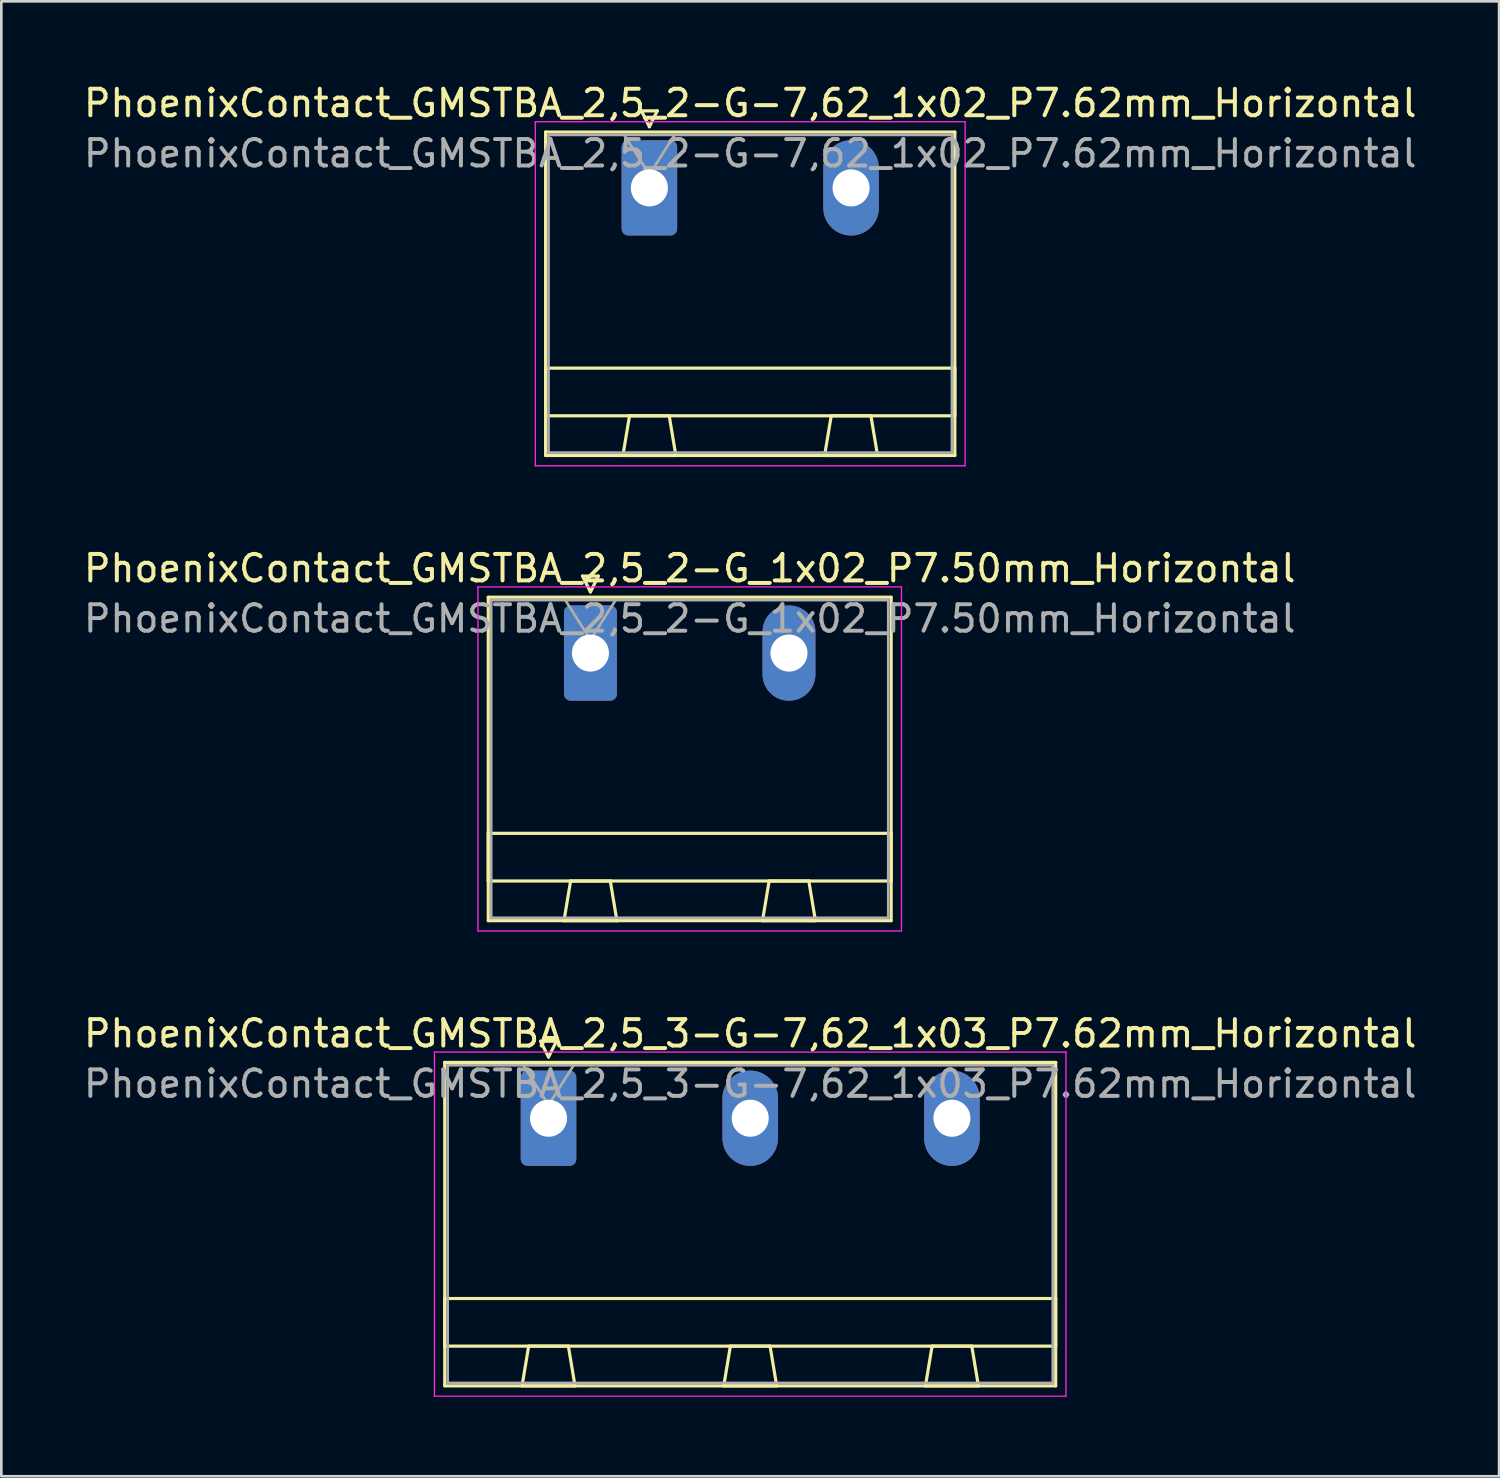
<source format=kicad_pcb>
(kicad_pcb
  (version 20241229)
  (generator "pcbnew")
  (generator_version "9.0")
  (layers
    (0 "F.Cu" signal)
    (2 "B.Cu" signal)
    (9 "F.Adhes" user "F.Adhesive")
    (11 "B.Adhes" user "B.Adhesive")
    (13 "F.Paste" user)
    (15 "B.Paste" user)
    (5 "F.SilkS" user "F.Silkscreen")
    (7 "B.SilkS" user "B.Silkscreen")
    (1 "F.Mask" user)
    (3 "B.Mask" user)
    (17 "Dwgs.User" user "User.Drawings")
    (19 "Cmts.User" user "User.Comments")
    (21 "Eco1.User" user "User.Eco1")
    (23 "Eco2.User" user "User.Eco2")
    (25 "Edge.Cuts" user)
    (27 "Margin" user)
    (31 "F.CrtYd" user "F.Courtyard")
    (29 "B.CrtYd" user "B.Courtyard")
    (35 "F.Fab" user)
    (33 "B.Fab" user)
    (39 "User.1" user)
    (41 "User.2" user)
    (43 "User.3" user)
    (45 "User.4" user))
  (footprint "PhoenixContact_GMSTBA_2,5_2-G-7,62_1x02_P7.62mm_Horizontal"
    (layer "F.Cu")
    (at 21.482 4.048)
    (property "Reference" "PhoenixContact_GMSTBA_2,5_2-G-7,62_1x02_P7.62mm_Horizontal" (at 3.81 -3.2 0) (layer "F.SilkS") (effects (font (size 1 1) (thickness 0.15))))
    (attr through_hole)
    (fp_line (start -3.92 -2.11) (end -3.92 10.11) (stroke (width 0.12) (type solid)) (layer "F.SilkS"))
    (fp_line (start -3.92 6.81) (end 11.54 6.81) (stroke (width 0.12) (type solid)) (layer "F.SilkS"))
    (fp_line (start -3.92 8.61) (end -3.92 6.81) (stroke (width 0.12) (type solid)) (layer "F.SilkS"))
    (fp_line (start -3.92 10.11) (end 11.54 10.11) (stroke (width 0.12) (type solid)) (layer "F.SilkS"))
    (fp_line (start -1 10.11) (end 1 10.11) (stroke (width 0.12) (type solid)) (layer "F.SilkS"))
    (fp_line (start -0.75 8.61) (end -1 10.11) (stroke (width 0.12) (type solid)) (layer "F.SilkS"))
    (fp_line (start -0.3 -2.91) (end 0.3 -2.91) (stroke (width 0.12) (type solid)) (layer "F.SilkS"))
    (fp_line (start 0 -2.31) (end -0.3 -2.91) (stroke (width 0.12) (type solid)) (layer "F.SilkS"))
    (fp_line (start 0.3 -2.91) (end 0 -2.31) (stroke (width 0.12) (type solid)) (layer "F.SilkS"))
    (fp_line (start 0.75 8.61) (end -0.75 8.61) (stroke (width 0.12) (type solid)) (layer "F.SilkS"))
    (fp_line (start 1 10.11) (end 0.75 8.61) (stroke (width 0.12) (type solid)) (layer "F.SilkS"))
    (fp_line (start 6.62 10.11) (end 8.62 10.11) (stroke (width 0.12) (type solid)) (layer "F.SilkS"))
    (fp_line (start 6.87 8.61) (end 6.62 10.11) (stroke (width 0.12) (type solid)) (layer "F.SilkS"))
    (fp_line (start 8.37 8.61) (end 6.87 8.61) (stroke (width 0.12) (type solid)) (layer "F.SilkS"))
    (fp_line (start 8.62 10.11) (end 8.37 8.61) (stroke (width 0.12) (type solid)) (layer "F.SilkS"))
    (fp_line (start 11.54 -2.11) (end -3.92 -2.11) (stroke (width 0.12) (type solid)) (layer "F.SilkS"))
    (fp_line (start 11.54 6.81) (end 11.54 8.61) (stroke (width 0.12) (type solid)) (layer "F.SilkS"))
    (fp_line (start 11.54 8.61) (end -3.92 8.61) (stroke (width 0.12) (type solid)) (layer "F.SilkS"))
    (fp_line (start 11.54 10.11) (end 11.54 -2.11) (stroke (width 0.12) (type solid)) (layer "F.SilkS"))
    (fp_line (start -4.31 -2.5) (end -4.31 10.5) (stroke (width 0.05) (type solid)) (layer "F.CrtYd"))
    (fp_line (start -4.31 10.5) (end 11.93 10.5) (stroke (width 0.05) (type solid)) (layer "F.CrtYd"))
    (fp_line (start 11.93 -2.5) (end -4.31 -2.5) (stroke (width 0.05) (type solid)) (layer "F.CrtYd"))
    (fp_line (start 11.93 10.5) (end 11.93 -2.5) (stroke (width 0.05) (type solid)) (layer "F.CrtYd"))
    (fp_line (start -3.81 -2) (end -3.81 10) (stroke (width 0.1) (type solid)) (layer "F.Fab"))
    (fp_line (start -3.81 10) (end 11.43 10) (stroke (width 0.1) (type solid)) (layer "F.Fab"))
    (fp_line (start 0 -0.5) (end -0.95 -2) (stroke (width 0.1) (type solid)) (layer "F.Fab"))
    (fp_line (start 0.95 -2) (end 0 -0.5) (stroke (width 0.1) (type solid)) (layer "F.Fab"))
    (fp_line (start 11.43 -2) (end -3.81 -2) (stroke (width 0.1) (type solid)) (layer "F.Fab"))
    (fp_line (start 11.43 10) (end 11.43 -2) (stroke (width 0.1) (type solid)) (layer "F.Fab"))
    (fp_text user "${REFERENCE}" (at 3.81 -1.3 0) (layer "F.Fab") (effects (font (size 1 1) (thickness 0.15))))
    (pad "1" thru_hole roundrect (at 0 0) (size 2.1 3.6) (drill 1.4) (layers "*.Cu" "*.Mask") (roundrect_rratio 0.119))
    (pad "2" thru_hole oval (at 7.62 0) (size 2.1 3.6) (drill 1.4) (layers "*.Cu" "*.Mask")))
  (footprint "PhoenixContact_GMSTBA_2,5_3-G-7,62_1x03_P7.62mm_Horizontal"
    (layer "F.Cu")
    (at 17.672 39.195)
    (property "Reference" "PhoenixContact_GMSTBA_2,5_3-G-7,62_1x03_P7.62mm_Horizontal" (at 7.62 -3.2 0) (layer "F.SilkS") (effects (font (size 1 1) (thickness 0.15))))
    (attr through_hole)
    (fp_line (start -3.92 -2.11) (end -3.92 10.11) (stroke (width 0.12) (type solid)) (layer "F.SilkS"))
    (fp_line (start -3.92 6.81) (end 19.16 6.81) (stroke (width 0.12) (type solid)) (layer "F.SilkS"))
    (fp_line (start -3.92 8.61) (end -3.92 6.81) (stroke (width 0.12) (type solid)) (layer "F.SilkS"))
    (fp_line (start -3.92 10.11) (end 19.16 10.11) (stroke (width 0.12) (type solid)) (layer "F.SilkS"))
    (fp_line (start -1 10.11) (end 1 10.11) (stroke (width 0.12) (type solid)) (layer "F.SilkS"))
    (fp_line (start -0.75 8.61) (end -1 10.11) (stroke (width 0.12) (type solid)) (layer "F.SilkS"))
    (fp_line (start -0.3 -2.91) (end 0.3 -2.91) (stroke (width 0.12) (type solid)) (layer "F.SilkS"))
    (fp_line (start 0 -2.31) (end -0.3 -2.91) (stroke (width 0.12) (type solid)) (layer "F.SilkS"))
    (fp_line (start 0.3 -2.91) (end 0 -2.31) (stroke (width 0.12) (type solid)) (layer "F.SilkS"))
    (fp_line (start 0.75 8.61) (end -0.75 8.61) (stroke (width 0.12) (type solid)) (layer "F.SilkS"))
    (fp_line (start 1 10.11) (end 0.75 8.61) (stroke (width 0.12) (type solid)) (layer "F.SilkS"))
    (fp_line (start 6.62 10.11) (end 8.62 10.11) (stroke (width 0.12) (type solid)) (layer "F.SilkS"))
    (fp_line (start 6.87 8.61) (end 6.62 10.11) (stroke (width 0.12) (type solid)) (layer "F.SilkS"))
    (fp_line (start 8.37 8.61) (end 6.87 8.61) (stroke (width 0.12) (type solid)) (layer "F.SilkS"))
    (fp_line (start 8.62 10.11) (end 8.37 8.61) (stroke (width 0.12) (type solid)) (layer "F.SilkS"))
    (fp_line (start 14.24 10.11) (end 16.24 10.11) (stroke (width 0.12) (type solid)) (layer "F.SilkS"))
    (fp_line (start 14.49 8.61) (end 14.24 10.11) (stroke (width 0.12) (type solid)) (layer "F.SilkS"))
    (fp_line (start 15.99 8.61) (end 14.49 8.61) (stroke (width 0.12) (type solid)) (layer "F.SilkS"))
    (fp_line (start 16.24 10.11) (end 15.99 8.61) (stroke (width 0.12) (type solid)) (layer "F.SilkS"))
    (fp_line (start 19.16 -2.11) (end -3.92 -2.11) (stroke (width 0.12) (type solid)) (layer "F.SilkS"))
    (fp_line (start 19.16 6.81) (end 19.16 8.61) (stroke (width 0.12) (type solid)) (layer "F.SilkS"))
    (fp_line (start 19.16 8.61) (end -3.92 8.61) (stroke (width 0.12) (type solid)) (layer "F.SilkS"))
    (fp_line (start 19.16 10.11) (end 19.16 -2.11) (stroke (width 0.12) (type solid)) (layer "F.SilkS"))
    (fp_line (start -4.31 -2.5) (end -4.31 10.5) (stroke (width 0.05) (type solid)) (layer "F.CrtYd"))
    (fp_line (start -4.31 10.5) (end 19.55 10.5) (stroke (width 0.05) (type solid)) (layer "F.CrtYd"))
    (fp_line (start 19.55 -2.5) (end -4.31 -2.5) (stroke (width 0.05) (type solid)) (layer "F.CrtYd"))
    (fp_line (start 19.55 10.5) (end 19.55 -2.5) (stroke (width 0.05) (type solid)) (layer "F.CrtYd"))
    (fp_line (start -3.81 -2) (end -3.81 10) (stroke (width 0.1) (type solid)) (layer "F.Fab"))
    (fp_line (start -3.81 10) (end 19.05 10) (stroke (width 0.1) (type solid)) (layer "F.Fab"))
    (fp_line (start 0 -0.5) (end -0.95 -2) (stroke (width 0.1) (type solid)) (layer "F.Fab"))
    (fp_line (start 0.95 -2) (end 0 -0.5) (stroke (width 0.1) (type solid)) (layer "F.Fab"))
    (fp_line (start 19.05 -2) (end -3.81 -2) (stroke (width 0.1) (type solid)) (layer "F.Fab"))
    (fp_line (start 19.05 10) (end 19.05 -2) (stroke (width 0.1) (type solid)) (layer "F.Fab"))
    (fp_text user "${REFERENCE}" (at 7.62 -1.3 0) (layer "F.Fab") (effects (font (size 1 1) (thickness 0.15))))
    (pad "1" thru_hole roundrect (at 0 0) (size 2.1 3.6) (drill 1.4) (layers "*.Cu" "*.Mask") (roundrect_rratio 0.119))
    (pad "2" thru_hole oval (at 7.62 0) (size 2.1 3.6) (drill 1.4) (layers "*.Cu" "*.Mask"))
    (pad "3" thru_hole oval (at 15.24 0) (size 2.1 3.6) (drill 1.4) (layers "*.Cu" "*.Mask")))
  (footprint "PhoenixContact_GMSTBA_2,5_2-G_1x02_P7.50mm_Horizontal"
    (layer "F.Cu")
    (at 19.256 21.622)
    (property "Reference" "PhoenixContact_GMSTBA_2,5_2-G_1x02_P7.50mm_Horizontal" (at 3.75 -3.2 0) (layer "F.SilkS") (effects (font (size 1 1) (thickness 0.15))))
    (attr through_hole)
    (fp_line (start -3.86 -2.11) (end -3.86 10.11) (stroke (width 0.12) (type solid)) (layer "F.SilkS"))
    (fp_line (start -3.86 6.81) (end 11.36 6.81) (stroke (width 0.12) (type solid)) (layer "F.SilkS"))
    (fp_line (start -3.86 8.61) (end -3.86 6.81) (stroke (width 0.12) (type solid)) (layer "F.SilkS"))
    (fp_line (start -3.86 10.11) (end 11.36 10.11) (stroke (width 0.12) (type solid)) (layer "F.SilkS"))
    (fp_line (start -1 10.11) (end 1 10.11) (stroke (width 0.12) (type solid)) (layer "F.SilkS"))
    (fp_line (start -0.75 8.61) (end -1 10.11) (stroke (width 0.12) (type solid)) (layer "F.SilkS"))
    (fp_line (start -0.3 -2.91) (end 0.3 -2.91) (stroke (width 0.12) (type solid)) (layer "F.SilkS"))
    (fp_line (start 0 -2.31) (end -0.3 -2.91) (stroke (width 0.12) (type solid)) (layer "F.SilkS"))
    (fp_line (start 0.3 -2.91) (end 0 -2.31) (stroke (width 0.12) (type solid)) (layer "F.SilkS"))
    (fp_line (start 0.75 8.61) (end -0.75 8.61) (stroke (width 0.12) (type solid)) (layer "F.SilkS"))
    (fp_line (start 1 10.11) (end 0.75 8.61) (stroke (width 0.12) (type solid)) (layer "F.SilkS"))
    (fp_line (start 6.5 10.11) (end 8.5 10.11) (stroke (width 0.12) (type solid)) (layer "F.SilkS"))
    (fp_line (start 6.75 8.61) (end 6.5 10.11) (stroke (width 0.12) (type solid)) (layer "F.SilkS"))
    (fp_line (start 8.25 8.61) (end 6.75 8.61) (stroke (width 0.12) (type solid)) (layer "F.SilkS"))
    (fp_line (start 8.5 10.11) (end 8.25 8.61) (stroke (width 0.12) (type solid)) (layer "F.SilkS"))
    (fp_line (start 11.36 -2.11) (end -3.86 -2.11) (stroke (width 0.12) (type solid)) (layer "F.SilkS"))
    (fp_line (start 11.36 6.81) (end 11.36 8.61) (stroke (width 0.12) (type solid)) (layer "F.SilkS"))
    (fp_line (start 11.36 8.61) (end -3.86 8.61) (stroke (width 0.12) (type solid)) (layer "F.SilkS"))
    (fp_line (start 11.36 10.11) (end 11.36 -2.11) (stroke (width 0.12) (type solid)) (layer "F.SilkS"))
    (fp_line (start -4.25 -2.5) (end -4.25 10.5) (stroke (width 0.05) (type solid)) (layer "F.CrtYd"))
    (fp_line (start -4.25 10.5) (end 11.75 10.5) (stroke (width 0.05) (type solid)) (layer "F.CrtYd"))
    (fp_line (start 11.75 -2.5) (end -4.25 -2.5) (stroke (width 0.05) (type solid)) (layer "F.CrtYd"))
    (fp_line (start 11.75 10.5) (end 11.75 -2.5) (stroke (width 0.05) (type solid)) (layer "F.CrtYd"))
    (fp_line (start -3.75 -2) (end -3.75 10) (stroke (width 0.1) (type solid)) (layer "F.Fab"))
    (fp_line (start -3.75 10) (end 11.25 10) (stroke (width 0.1) (type solid)) (layer "F.Fab"))
    (fp_line (start 0 -0.5) (end -0.95 -2) (stroke (width 0.1) (type solid)) (layer "F.Fab"))
    (fp_line (start 0.95 -2) (end 0 -0.5) (stroke (width 0.1) (type solid)) (layer "F.Fab"))
    (fp_line (start 11.25 -2) (end -3.75 -2) (stroke (width 0.1) (type solid)) (layer "F.Fab"))
    (fp_line (start 11.25 10) (end 11.25 -2) (stroke (width 0.1) (type solid)) (layer "F.Fab"))
    (fp_text user "${REFERENCE}" (at 3.75 -1.3 0) (layer "F.Fab") (effects (font (size 1 1) (thickness 0.15))))
    (pad "1" thru_hole roundrect (at 0 0) (size 2 3.6) (drill 1.4) (layers "*.Cu" "*.Mask") (roundrect_rratio 0.125))
    (pad "2" thru_hole oval (at 7.5 0) (size 2 3.6) (drill 1.4) (layers "*.Cu" "*.Mask")))
  (gr_rect
    (start -3 -3)
    (end 53.583 52.72)
    (stroke (width 0.1) (type default))
    (fill no)
    (layer "Edge.Cuts")))
</source>
